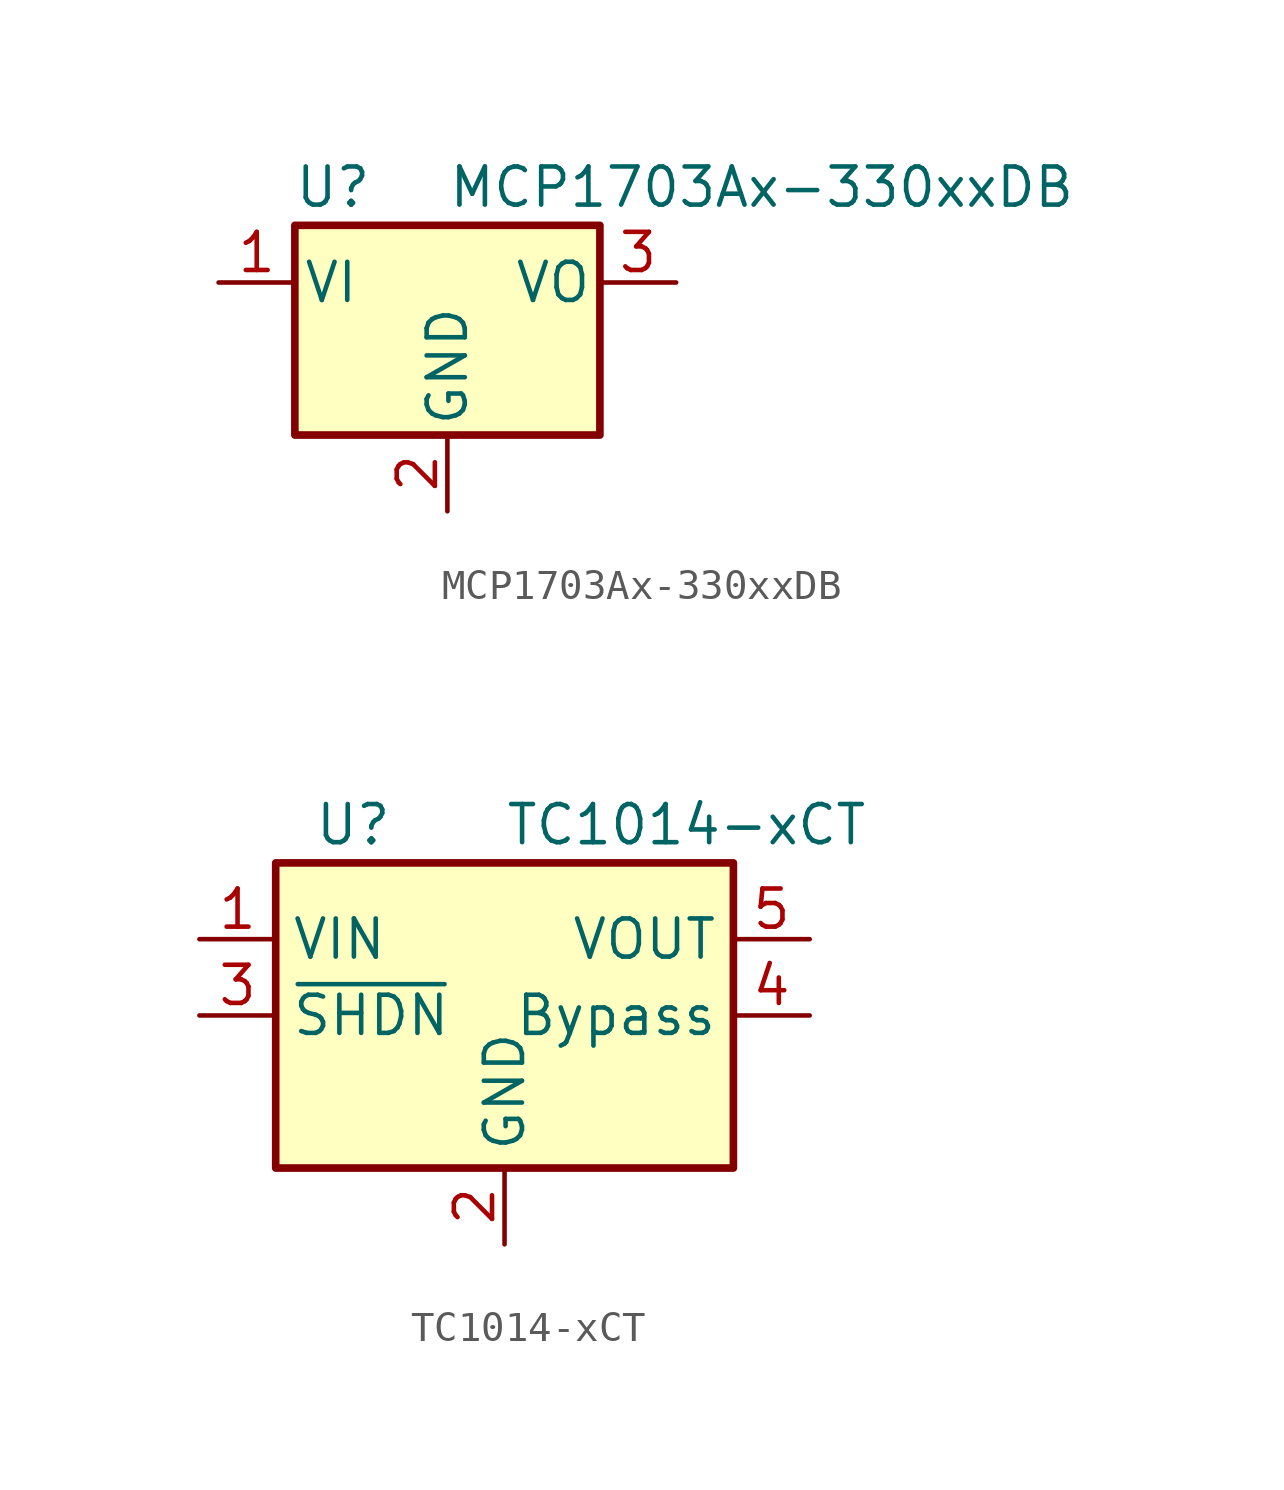
<source format=kicad_sym>
(kicad_symbol_lib
  (version 20211014)
  (generator kicad_symbol_editor)
  (symbol "MCP1703Ax-330xxDB"
    (pin_names
      (offset 0.254))
    (property "Reference" "U"
      (at -3.81 3.175 0)
      (effects (font (size 1.27 1.27))))
    (property "Value" "MCP1703Ax-330xxDB"
      (at 0 3.175 0)
      (effects (font (size 1.27 1.27)) (justify left)))
    (symbol "MCP1703Ax-330xxDB_0_1"
      (rectangle (start -5.08 -5.08) (end 5.08 1.905) (stroke (width 0.254) (type default) (color 0 0 0 0)) (fill (type background))))
    (symbol "MCP1703Ax-330xxDB_1_1"
      (pin power_in line (at -7.62 0 0) (length 2.54) (name "VI" (effects (font (size 1.27 1.27)))) (number "1" (effects (font (size 1.27 1.27)))))
      (pin power_in line (at 0 -7.62 90) (length 2.54) (name "GND" (effects (font (size 1.27 1.27)))) (number "2" (effects (font (size 1.27 1.27)))))
      (pin power_out line (at 7.62 0 180) (length 2.54) (name "VO" (effects (font (size 1.27 1.27)))) (number "3" (effects (font (size 1.27 1.27)))))))
  (symbol "TC1014-xCT"
    (property "Reference" "U"
      (at -6.35 6.35 0)
      (effects (font (size 1.27 1.27)) (justify left)))
    (property "Value" "TC1014-xCT"
      (at 0 6.35 0)
      (effects (font (size 1.27 1.27)) (justify left)))
    (symbol "TC1014-xCT_0_1"
      (rectangle (start -7.62 5.08) (end 7.62 -5.08) (stroke (width 0.254) (type default) (color 0 0 0 0)) (fill (type background))))
    (symbol "TC1014-xCT_1_1"
      (pin power_in line (at -10.16 2.54 0) (length 2.54) (name "VIN" (effects (font (size 1.27 1.27)))) (number "1" (effects (font (size 1.27 1.27)))))
      (pin power_in line (at 0 -7.62 90) (length 2.54) (name "GND" (effects (font (size 1.27 1.27)))) (number "2" (effects (font (size 1.27 1.27)))))
      (pin input line (at -10.16 0 0) (length 2.54) (name "~{SHDN}" (effects (font (size 1.27 1.27)))) (number "3" (effects (font (size 1.27 1.27)))))
      (pin passive line (at 10.16 0 180) (length 2.54) (name "Bypass" (effects (font (size 1.27 1.27)))) (number "4" (effects (font (size 1.27 1.27)))))
      (pin power_out line (at 10.16 2.54 180) (length 2.54) (name "VOUT" (effects (font (size 1.27 1.27)))) (number "5" (effects (font (size 1.27 1.27))))))))
</source>
